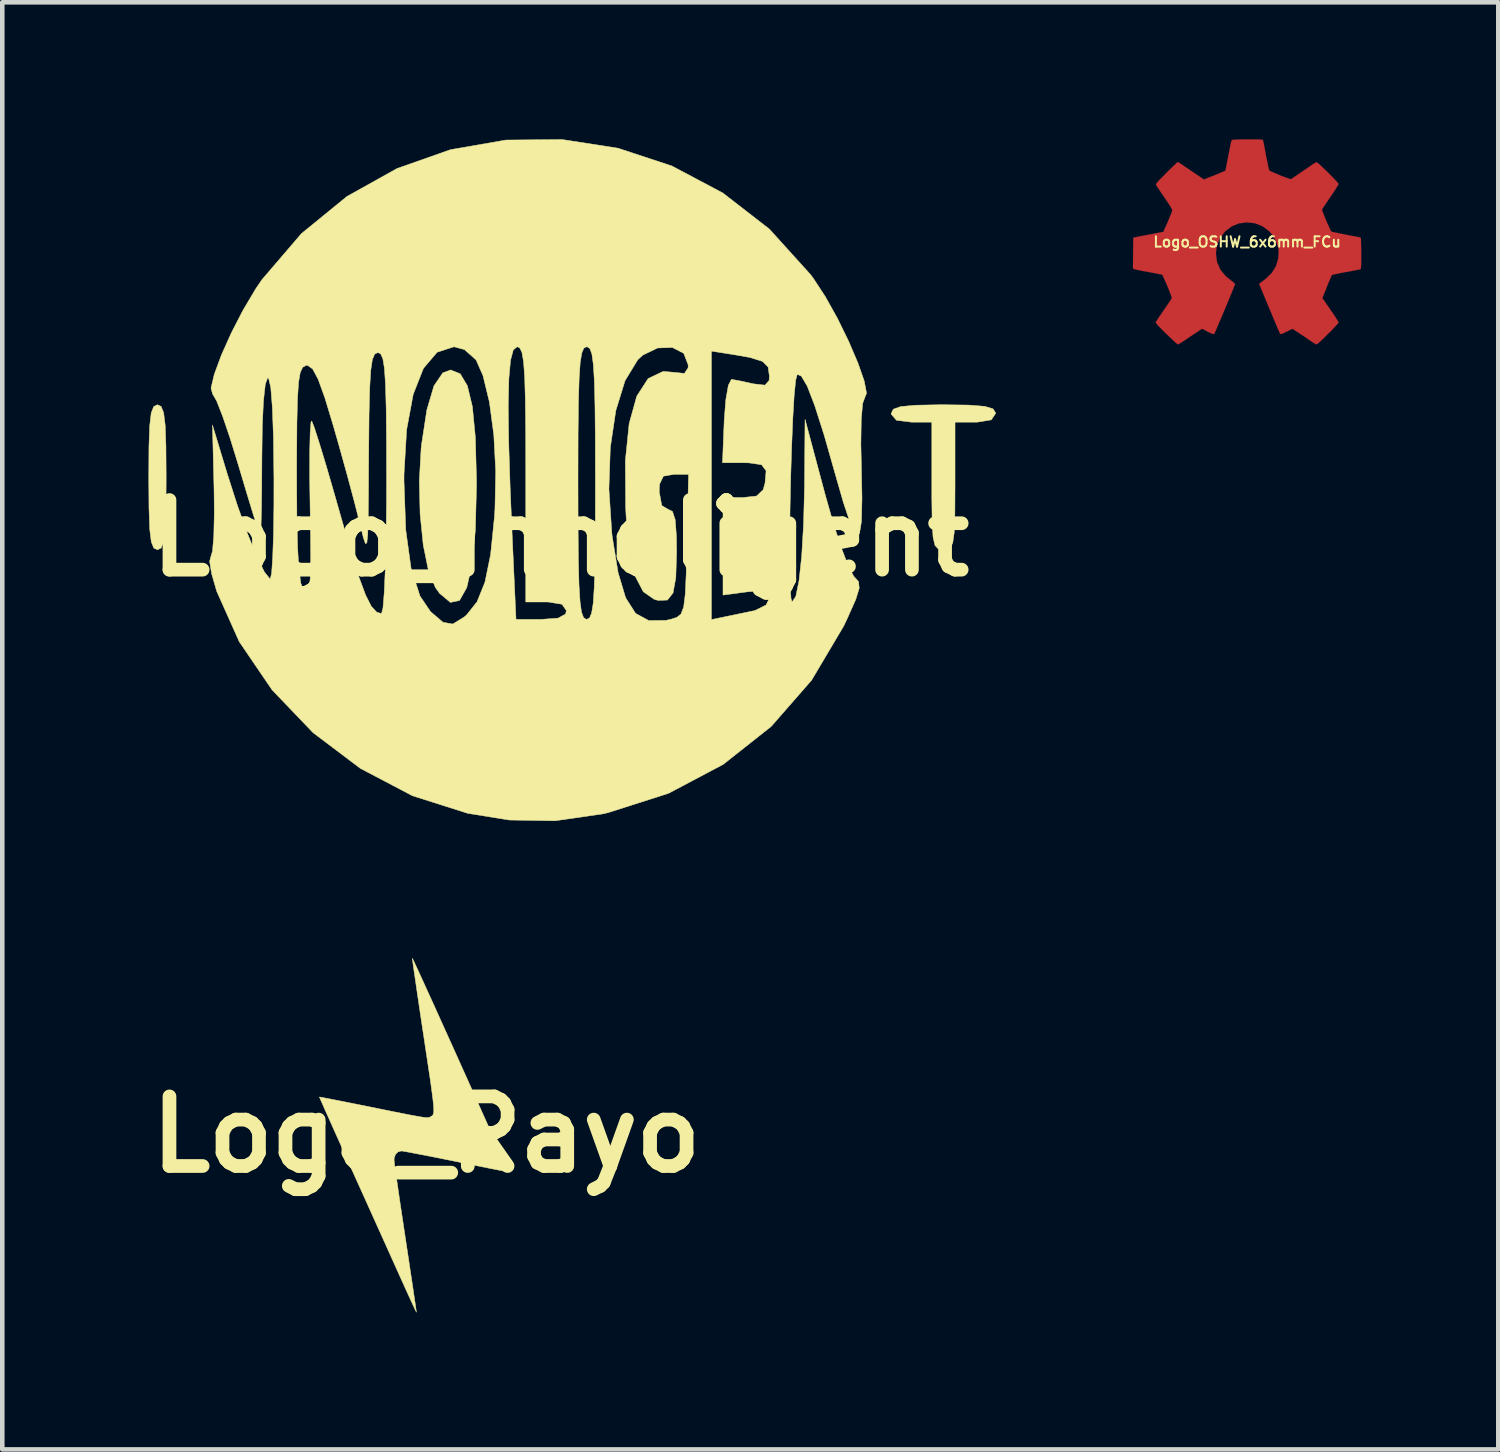
<source format=kicad_pcb>
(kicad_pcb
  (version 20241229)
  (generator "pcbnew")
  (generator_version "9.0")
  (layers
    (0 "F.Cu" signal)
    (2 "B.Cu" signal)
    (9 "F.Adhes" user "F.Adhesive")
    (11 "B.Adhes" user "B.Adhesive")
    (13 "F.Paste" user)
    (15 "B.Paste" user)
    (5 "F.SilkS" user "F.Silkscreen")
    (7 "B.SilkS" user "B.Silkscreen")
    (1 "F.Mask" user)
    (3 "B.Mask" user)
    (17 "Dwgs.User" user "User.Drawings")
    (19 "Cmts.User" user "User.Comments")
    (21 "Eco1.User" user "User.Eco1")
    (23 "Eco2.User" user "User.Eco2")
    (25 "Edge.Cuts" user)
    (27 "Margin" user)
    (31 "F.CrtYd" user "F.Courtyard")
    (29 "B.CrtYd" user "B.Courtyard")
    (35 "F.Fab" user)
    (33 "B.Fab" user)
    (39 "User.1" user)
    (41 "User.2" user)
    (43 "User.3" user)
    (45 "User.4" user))
  (footprint "Logo_Innoligent"
    (layer "F.Cu")
    (at 9.224 8.733)
    (property "Reference" "Logo_Innoligent" (at 0 0 0) (layer "F.SilkS") (effects (font (size 1.524 1.524) (thickness 0.3))))
    (attr through_hole)
    (fp_poly (pts (xy -2.198 -3.6) (xy -2.041 -3.337) (xy -1.931 -2.879) (xy -1.866 -2.207) (xy -1.842 -1.304) (xy -1.841 -1.143) (xy -1.866 -0.177) (xy -1.937 0.567) (xy -2.054 1.082) (xy -2.213 1.364) (xy -2.413 1.407) (xy -2.652 1.206) (xy -2.742 1.079) (xy -2.894 0.707) (xy -3.007 0.15) (xy -3.076 -0.528) (xy -3.093 -1.258) (xy -3.053 -1.976) (xy -3.046 -2.039) (xy -2.928 -2.809) (xy -2.773 -3.334) (xy -2.579 -3.62) (xy -2.408 -3.683) (xy -2.198 -3.6)) (stroke (width 0.01) (type solid)) (fill yes) (layer "F.SilkS"))
    (fp_poly (pts (xy -8.746 -2.884) (xy -8.691 -2.746) (xy -8.657 -2.469) (xy -8.641 -2.016) (xy -8.636 -1.348) (xy -8.636 -1.333) (xy -8.64 -0.661) (xy -8.657 -0.204) (xy -8.69 0.075) (xy -8.745 0.215) (xy -8.825 0.254) (xy -8.826 0.254) (xy -8.907 0.217) (xy -8.962 0.079) (xy -8.996 -0.198) (xy -9.012 -0.651) (xy -9.017 -1.319) (xy -9.017 -1.333) (xy -9.013 -2.006) (xy -8.996 -2.463) (xy -8.963 -2.742) (xy -8.908 -2.882) (xy -8.828 -2.921) (xy -8.826 -2.921) (xy -8.746 -2.884)) (stroke (width 0.01) (type solid)) (fill yes) (layer "F.SilkS"))
    (fp_poly (pts (xy 8.94 -2.914) (xy 9.287 -2.886) (xy 9.467 -2.832) (xy 9.524 -2.744) (xy 9.525 -2.731) (xy 9.429 -2.59) (xy 9.121 -2.54) (xy 9.081 -2.54) (xy 8.636 -2.54) (xy 8.636 -1.143) (xy 8.633 -0.532) (xy 8.619 -0.13) (xy 8.586 0.105) (xy 8.525 0.218) (xy 8.43 0.252) (xy 8.382 0.254) (xy 8.271 0.238) (xy 8.198 0.16) (xy 8.155 -0.022) (xy 8.135 -0.354) (xy 8.128 -0.88) (xy 8.128 -1.143) (xy 8.128 -2.54) (xy 7.684 -2.54) (xy 7.355 -2.581) (xy 7.24 -2.713) (xy 7.239 -2.731) (xy 7.284 -2.823) (xy 7.446 -2.881) (xy 7.77 -2.911) (xy 8.299 -2.921) (xy 8.382 -2.921) (xy 8.94 -2.914)) (stroke (width 0.01) (type solid)) (fill yes) (layer "F.SilkS"))
    (fp_poly (pts (xy 1.255 -8.539) (xy 2.437 -8.149) (xy 3.552 -7.558) (xy 4.572 -6.767) (xy 5.47 -5.774) (xy 5.533 -5.69) (xy 5.796 -5.289) (xy 6.062 -4.812) (xy 6.307 -4.311) (xy 6.51 -3.836) (xy 6.648 -3.441) (xy 6.699 -3.174) (xy 6.665 -3.09) (xy 6.613 -2.949) (xy 6.583 -2.592) (xy 6.575 -2.055) (xy 6.584 -1.645) (xy 6.599 -0.879) (xy 6.587 -0.364) (xy 6.544 -0.099) (xy 6.466 -0.081) (xy 6.35 -0.309) (xy 6.192 -0.781) (xy 6.02 -1.38) (xy 5.77 -2.258) (xy 5.565 -2.901) (xy 5.401 -3.327) (xy 5.271 -3.548) (xy 5.181 -3.588) (xy 5.147 -3.457) (xy 5.114 -3.122) (xy 5.085 -2.629) (xy 5.06 -2.024) (xy 5.039 -1.356) (xy 5.024 -0.669) (xy 5.016 -0.012) (xy 5.017 0.57) (xy 5.026 1.029) (xy 5.045 1.318) (xy 5.069 1.397) (xy 5.15 1.275) (xy 5.221 0.93) (xy 5.279 0.392) (xy 5.32 -0.309) (xy 5.341 -1.141) (xy 5.342 -1.27) (xy 5.352 -2.603) (xy 5.793 -0.953) (xy 5.972 -0.323) (xy 6.149 0.218) (xy 6.304 0.622) (xy 6.42 0.837) (xy 6.435 0.852) (xy 6.525 0.951) (xy 6.538 1.097) (xy 6.463 1.341) (xy 6.286 1.739) (xy 6.195 1.931) (xy 5.495 3.111) (xy 4.611 4.123) (xy 3.561 4.953) (xy 2.364 5.587) (xy 1.037 6.011) (xy 0.923 6.037) (xy -0.124 6.188) (xy -1.125 6.171) (xy -2.032 6.025) (xy -3.242 5.641) (xy -4.384 5.041) (xy -5.421 4.258) (xy -6.317 3.322) (xy -7.036 2.266) (xy -7.529 1.163) (xy -7.64 0.78) (xy -7.684 0.508) (xy -7.661 0.416) (xy -7.621 0.282) (xy -7.593 -0.053) (xy -7.582 -0.537) (xy -7.587 -1.048) (xy -7.622 -2.477) (xy -7.299 -1.41) (xy -7.078 -0.721) (xy -6.857 -0.105) (xy -6.654 0.395) (xy -6.485 0.74) (xy -6.368 0.886) (xy -6.356 0.889) (xy -6.327 0.769) (xy -6.304 0.435) (xy -6.286 -0.071) (xy -6.277 -0.709) (xy -6.276 -1.333) (xy -6.277 -1.369) (xy -5.779 -1.369) (xy -5.774 -0.47) (xy -5.758 0.203) (xy -5.731 0.678) (xy -5.688 0.983) (xy -5.63 1.146) (xy -5.611 1.168) (xy -5.548 1.193) (xy -5.505 1.101) (xy -5.48 0.863) (xy -5.471 0.449) (xy -5.476 -0.17) (xy -5.484 -0.661) (xy -5.494 -1.331) (xy -5.493 -1.895) (xy -5.483 -2.31) (xy -5.465 -2.537) (xy -5.449 -2.566) (xy -5.391 -2.418) (xy -5.279 -2.07) (xy -5.126 -1.566) (xy -4.947 -0.949) (xy -4.842 -0.58) (xy -4.609 0.234) (xy -4.423 0.831) (xy -4.271 1.241) (xy -4.143 1.495) (xy -4.025 1.621) (xy -3.921 1.651) (xy -3.889 1.53) (xy -3.861 1.191) (xy -3.838 0.669) (xy -3.821 0.001) (xy -3.811 -0.777) (xy -3.81 -1.206) (xy -3.81 -1.256) (xy -3.429 -1.256) (xy -3.39 -0.18) (xy -3.274 0.66) (xy -3.078 1.268) (xy -2.848 1.608) (xy -2.574 1.842) (xy -2.36 1.88) (xy -2.116 1.73) (xy -2.06 1.683) (xy -1.829 1.393) (xy -1.656 0.963) (xy -1.532 0.358) (xy -1.449 -0.458) (xy -1.437 -0.641) (xy -1.42 -1.459) (xy -1.462 -2.259) (xy -1.55 -2.917) (xy -1.146 -2.917) (xy -1.137 -2.129) (xy -1.105 -1.121) (xy -1.059 -0.032) (xy -0.976 1.778) (xy -0.425 1.778) (xy -0.055 1.751) (xy 0.109 1.661) (xy 0.127 1.587) (xy 0.031 1.447) (xy -0.277 1.397) (xy -0.318 1.397) (xy -0.762 1.397) (xy -0.762 -1.206) (xy 0.381 -1.206) (xy 0.383 -0.248) (xy 0.39 0.485) (xy 0.403 1.022) (xy 0.426 1.39) (xy 0.458 1.62) (xy 0.503 1.74) (xy 0.563 1.778) (xy 0.572 1.778) (xy 0.633 1.749) (xy 0.679 1.641) (xy 0.714 1.428) (xy 0.737 1.078) (xy 0.752 0.565) (xy 0.76 -0.141) (xy 0.762 -1.068) (xy 0.762 -1.076) (xy 1.058 -1.076) (xy 1.122 -0.109) (xy 1.132 -0.027) (xy 1.259 0.754) (xy 1.424 1.304) (xy 1.642 1.647) (xy 1.931 1.804) (xy 2.305 1.8) (xy 2.382 1.783) (xy 3.302 1.783) (xy 3.619 1.717) (xy 4.013 1.635) (xy 4.255 1.585) (xy 4.499 1.463) (xy 4.572 1.314) (xy 4.524 1.187) (xy 4.338 1.152) (xy 4.064 1.178) (xy 3.556 1.246) (xy 3.556 -0.889) (xy 3.986 -0.889) (xy 4.292 -0.923) (xy 4.435 -1.06) (xy 4.476 -1.204) (xy 4.5 -1.476) (xy 4.4 -1.608) (xy 4.121 -1.649) (xy 3.974 -1.651) (xy 3.545 -1.651) (xy 3.582 -2.572) (xy 3.617 -3.027) (xy 3.673 -3.347) (xy 3.74 -3.477) (xy 3.747 -3.477) (xy 3.956 -3.438) (xy 4.223 -3.379) (xy 4.475 -3.35) (xy 4.565 -3.452) (xy 4.572 -3.546) (xy 4.544 -3.746) (xy 4.422 -3.87) (xy 4.147 -3.956) (xy 3.83 -4.012) (xy 3.302 -4.096) (xy 3.302 1.783) (xy 2.382 1.783) (xy 2.413 1.776) (xy 2.546 1.734) (xy 2.637 1.659) (xy 2.695 1.506) (xy 2.729 1.231) (xy 2.75 0.789) (xy 2.766 0.15) (xy 2.802 -1.397) (xy 2.48 -1.397) (xy 2.251 -1.357) (xy 2.167 -1.184) (xy 2.159 -1.016) (xy 2.216 -0.714) (xy 2.349 -0.635) (xy 2.45 -0.585) (xy 2.509 -0.404) (xy 2.536 -0.045) (xy 2.54 0.31) (xy 2.523 0.864) (xy 2.462 1.2) (xy 2.339 1.355) (xy 2.137 1.363) (xy 2.05 1.339) (xy 1.81 1.172) (xy 1.632 0.829) (xy 1.509 0.287) (xy 1.435 -0.477) (xy 1.424 -0.687) (xy 1.418 -1.697) (xy 1.501 -2.508) (xy 1.668 -3.11) (xy 1.917 -3.494) (xy 2.244 -3.651) (xy 2.471 -3.632) (xy 2.711 -3.607) (xy 2.791 -3.727) (xy 2.794 -3.794) (xy 2.695 -4.049) (xy 2.447 -4.175) (xy 2.124 -4.164) (xy 1.801 -4.008) (xy 1.689 -3.905) (xy 1.411 -3.448) (xy 1.209 -2.792) (xy 1.089 -1.986) (xy 1.058 -1.076) (xy 0.762 -1.076) (xy 0.762 -1.206) (xy 0.76 -2.165) (xy 0.753 -2.898) (xy 0.74 -3.435) (xy 0.717 -3.803) (xy 0.685 -4.033) (xy 0.64 -4.153) (xy 0.58 -4.191) (xy 0.572 -4.191) (xy 0.51 -4.162) (xy 0.464 -4.054) (xy 0.429 -3.841) (xy 0.406 -3.491) (xy 0.391 -2.978) (xy 0.383 -2.272) (xy 0.381 -1.345) (xy 0.381 -1.206) (xy -0.762 -1.206) (xy -0.762 -1.397) (xy -0.764 -2.321) (xy -0.772 -3.021) (xy -0.786 -3.525) (xy -0.811 -3.865) (xy -0.847 -4.07) (xy -0.896 -4.168) (xy -0.953 -4.191) (xy -1.036 -4.12) (xy -1.096 -3.895) (xy -1.132 -3.499) (xy -1.146 -2.917) (xy -1.55 -2.917) (xy -1.558 -2.979) (xy -1.699 -3.559) (xy -1.852 -3.905) (xy -2.104 -4.128) (xy -2.333 -4.191) (xy -2.703 -4.071) (xy -3.003 -3.718) (xy -3.227 -3.148) (xy -3.371 -2.373) (xy -3.428 -1.408) (xy -3.429 -1.256) (xy -3.81 -1.256) (xy -3.812 -2.142) (xy -3.819 -2.853) (xy -3.834 -3.369) (xy -3.857 -3.718) (xy -3.892 -3.931) (xy -3.94 -4.036) (xy -4 -4.064) (xy -4.07 -4.031) (xy -4.121 -3.911) (xy -4.157 -3.67) (xy -4.18 -3.277) (xy -4.194 -2.698) (xy -4.201 -1.902) (xy -4.202 -1.81) (xy -4.206 -1.008) (xy -4.212 -0.436) (xy -4.223 -0.073) (xy -4.242 0.104) (xy -4.272 0.12) (xy -4.316 -0.004) (xy -4.376 -0.244) (xy -4.394 -0.318) (xy -4.508 -0.768) (xy -4.669 -1.37) (xy -4.853 -2.032) (xy -4.973 -2.451) (xy -5.161 -3.072) (xy -5.308 -3.479) (xy -5.429 -3.705) (xy -5.538 -3.783) (xy -5.574 -3.782) (xy -5.647 -3.741) (xy -5.7 -3.629) (xy -5.737 -3.413) (xy -5.76 -3.059) (xy -5.773 -2.534) (xy -5.778 -1.804) (xy -5.779 -1.369) (xy -6.277 -1.369) (xy -6.287 -2.204) (xy -6.311 -2.864) (xy -6.346 -3.301) (xy -6.393 -3.501) (xy -6.413 -3.513) (xy -6.465 -3.372) (xy -6.505 -3.01) (xy -6.531 -2.459) (xy -6.54 -1.751) (xy -6.54 -1.745) (xy -6.543 -1.12) (xy -6.55 -0.602) (xy -6.56 -0.234) (xy -6.572 -0.063) (xy -6.576 -0.056) (xy -6.623 -0.185) (xy -6.726 -0.509) (xy -6.87 -0.981) (xy -7.041 -1.554) (xy -7.055 -1.602) (xy -7.234 -2.182) (xy -7.398 -2.666) (xy -7.531 -3.005) (xy -7.615 -3.151) (xy -7.618 -3.152) (xy -7.654 -3.286) (xy -7.582 -3.588) (xy -7.427 -4.008) (xy -7.209 -4.495) (xy -6.95 -4.997) (xy -6.672 -5.464) (xy -6.542 -5.656) (xy -5.674 -6.669) (xy -4.678 -7.482) (xy -3.581 -8.094) (xy -2.411 -8.506) (xy -1.197 -8.717) (xy 0.035 -8.728) (xy 1.255 -8.539)) (stroke (width 0.01) (type solid)) (fill yes) (layer "F.SilkS")))
  (footprint "Logo_Rayo"
    (layer "F.Cu")
    (at 6.285 21.79)
    (property "Reference" "Logo_Rayo" (at 0 0 0) (layer "F.SilkS") (effects (font (size 1.524 1.524) (thickness 0.3))))
    (attr through_hole)
    (fp_poly (pts (xy -0.298 -3.842) (xy -0.272 -3.789) (xy -0.232 -3.702) (xy -0.177 -3.584) (xy -0.109 -3.436) (xy -0.03 -3.262) (xy 0.061 -3.062) (xy 0.162 -2.841) (xy 0.271 -2.599) (xy 0.388 -2.34) (xy 0.512 -2.066) (xy 0.642 -1.778) (xy 0.753 -1.53) (xy 0.887 -1.233) (xy 1.015 -0.947) (xy 1.138 -0.674) (xy 1.253 -0.416) (xy 1.361 -0.176) (xy 1.459 0.044) (xy 1.547 0.241) (xy 1.624 0.413) (xy 1.688 0.558) (xy 1.739 0.674) (xy 1.776 0.757) (xy 1.798 0.807) (xy 1.803 0.82) (xy 1.782 0.817) (xy 1.724 0.806) (xy 1.633 0.789) (xy 1.512 0.765) (xy 1.364 0.736) (xy 1.195 0.702) (xy 1.006 0.664) (xy 0.802 0.622) (xy 0.655 0.592) (xy 0.441 0.549) (xy 0.238 0.508) (xy 0.05 0.471) (xy -0.12 0.438) (xy -0.266 0.41) (xy -0.386 0.387) (xy -0.476 0.371) (xy -0.531 0.362) (xy -0.547 0.36) (xy -0.618 0.379) (xy -0.673 0.431) (xy -0.703 0.508) (xy -0.707 0.555) (xy -0.704 0.59) (xy -0.695 0.663) (xy -0.68 0.772) (xy -0.66 0.912) (xy -0.636 1.08) (xy -0.608 1.273) (xy -0.577 1.487) (xy -0.542 1.719) (xy -0.505 1.965) (xy -0.466 2.223) (xy -0.46 2.265) (xy -0.421 2.521) (xy -0.384 2.765) (xy -0.35 2.994) (xy -0.318 3.203) (xy -0.29 3.391) (xy -0.266 3.554) (xy -0.246 3.688) (xy -0.231 3.79) (xy -0.222 3.858) (xy -0.218 3.888) (xy -0.218 3.89) (xy -0.227 3.872) (xy -0.252 3.821) (xy -0.29 3.739) (xy -0.34 3.631) (xy -0.4 3.501) (xy -0.467 3.353) (xy -0.54 3.191) (xy -0.554 3.161) (xy -0.78 2.659) (xy -0.989 2.195) (xy -1.182 1.767) (xy -1.358 1.376) (xy -1.519 1.02) (xy -1.664 0.698) (xy -1.793 0.409) (xy -1.908 0.153) (xy -2.009 -0.071) (xy -2.095 -0.264) (xy -2.168 -0.427) (xy -2.228 -0.561) (xy -2.274 -0.666) (xy -2.308 -0.743) (xy -2.33 -0.794) (xy -2.34 -0.819) (xy -2.341 -0.822) (xy -2.32 -0.819) (xy -2.262 -0.808) (xy -2.171 -0.791) (xy -2.049 -0.767) (xy -1.901 -0.738) (xy -1.731 -0.704) (xy -1.541 -0.666) (xy -1.336 -0.625) (xy -1.157 -0.589) (xy -0.907 -0.538) (xy -0.695 -0.495) (xy -0.517 -0.46) (xy -0.371 -0.431) (xy -0.252 -0.409) (xy -0.157 -0.392) (xy -0.084 -0.38) (xy -0.03 -0.373) (xy 0.01 -0.37) (xy 0.039 -0.37) (xy 0.059 -0.374) (xy 0.074 -0.379) (xy 0.078 -0.382) (xy 0.1 -0.394) (xy 0.119 -0.405) (xy 0.134 -0.418) (xy 0.147 -0.437) (xy 0.155 -0.463) (xy 0.161 -0.499) (xy 0.162 -0.549) (xy 0.159 -0.615) (xy 0.151 -0.699) (xy 0.139 -0.805) (xy 0.122 -0.934) (xy 0.101 -1.091) (xy 0.074 -1.278) (xy 0.041 -1.496) (xy 0.003 -1.75) (xy -0.041 -2.042) (xy -0.062 -2.183) (xy -0.102 -2.443) (xy -0.139 -2.69) (xy -0.173 -2.923) (xy -0.205 -3.137) (xy -0.233 -3.329) (xy -0.257 -3.497) (xy -0.278 -3.636) (xy -0.293 -3.745) (xy -0.303 -3.819) (xy -0.307 -3.855) (xy -0.307 -3.858) (xy -0.298 -3.842)) (stroke (width 0.01) (type solid)) (fill yes) (layer "F.SilkS")))
  (footprint "Logo_OSHW_6x6mm_FCu"
    (layer "F.Cu")
    (at 24.255 2.247)
    (property "Reference" "Logo_OSHW_6x6mm_FCu" (at 0 0 0) (layer "F.SilkS") (effects (font (size 0.226 0.226) (thickness 0.043))))
    (attr through_hole)
    (fp_poly (pts (xy -1.514 2.245) (xy -1.488 2.23) (xy -1.43 2.195) (xy -1.346 2.139) (xy -1.247 2.073) (xy -1.148 2.007) (xy -1.067 1.953) (xy -1.011 1.915) (xy -0.986 1.902) (xy -0.973 1.908) (xy -0.927 1.93) (xy -0.859 1.966) (xy -0.818 1.986) (xy -0.757 2.012) (xy -0.724 2.019) (xy -0.719 2.009) (xy -0.696 1.961) (xy -0.66 1.88) (xy -0.615 1.77) (xy -0.559 1.643) (xy -0.503 1.509) (xy -0.445 1.369) (xy -0.389 1.234) (xy -0.34 1.115) (xy -0.3 1.019) (xy -0.274 0.95) (xy -0.264 0.922) (xy -0.267 0.914) (xy -0.3 0.884) (xy -0.353 0.843) (xy -0.472 0.747) (xy -0.589 0.602) (xy -0.66 0.437) (xy -0.683 0.251) (xy -0.663 0.081) (xy -0.597 -0.081) (xy -0.483 -0.229) (xy -0.343 -0.338) (xy -0.18 -0.406) (xy 0 -0.429) (xy 0.173 -0.409) (xy 0.34 -0.343) (xy 0.488 -0.231) (xy 0.551 -0.16) (xy 0.638 -0.01) (xy 0.686 0.147) (xy 0.691 0.188) (xy 0.683 0.363) (xy 0.632 0.533) (xy 0.538 0.683) (xy 0.409 0.808) (xy 0.394 0.818) (xy 0.335 0.864) (xy 0.295 0.894) (xy 0.264 0.919) (xy 0.488 1.458) (xy 0.523 1.542) (xy 0.584 1.689) (xy 0.638 1.816) (xy 0.681 1.918) (xy 0.711 1.984) (xy 0.724 2.012) (xy 0.724 2.014) (xy 0.744 2.017) (xy 0.785 2.002) (xy 0.861 1.966) (xy 0.909 1.941) (xy 0.968 1.913) (xy 0.993 1.902) (xy 1.016 1.915) (xy 1.069 1.951) (xy 1.151 2.004) (xy 1.247 2.068) (xy 1.339 2.131) (xy 1.422 2.187) (xy 1.483 2.225) (xy 1.514 2.243) (xy 1.519 2.243) (xy 1.544 2.228) (xy 1.593 2.187) (xy 1.666 2.118) (xy 1.77 2.014) (xy 1.786 1.999) (xy 1.872 1.913) (xy 1.941 1.839) (xy 1.986 1.788) (xy 2.004 1.765) (xy 1.989 1.735) (xy 1.951 1.674) (xy 1.895 1.587) (xy 1.826 1.488) (xy 1.648 1.229) (xy 1.745 0.986) (xy 1.775 0.909) (xy 1.814 0.82) (xy 1.841 0.754) (xy 1.857 0.726) (xy 1.882 0.716) (xy 1.951 0.701) (xy 2.047 0.681) (xy 2.162 0.66) (xy 2.273 0.64) (xy 2.372 0.62) (xy 2.443 0.607) (xy 2.477 0.599) (xy 2.484 0.594) (xy 2.492 0.579) (xy 2.494 0.546) (xy 2.497 0.485) (xy 2.499 0.391) (xy 2.499 0.251) (xy 2.499 0.236) (xy 2.497 0.107) (xy 2.494 0) (xy 2.492 -0.066) (xy 2.487 -0.094) (xy 2.456 -0.102) (xy 2.385 -0.117) (xy 2.286 -0.135) (xy 2.167 -0.157) (xy 2.159 -0.16) (xy 2.042 -0.183) (xy 1.943 -0.203) (xy 1.872 -0.218) (xy 1.844 -0.229) (xy 1.836 -0.236) (xy 1.814 -0.282) (xy 1.781 -0.356) (xy 1.74 -0.445) (xy 1.702 -0.538) (xy 1.669 -0.622) (xy 1.646 -0.683) (xy 1.638 -0.711) (xy 1.641 -0.714) (xy 1.659 -0.742) (xy 1.699 -0.803) (xy 1.755 -0.886) (xy 1.824 -0.988) (xy 1.829 -0.996) (xy 1.897 -1.095) (xy 1.953 -1.181) (xy 1.989 -1.24) (xy 2.004 -1.267) (xy 2.004 -1.27) (xy 1.981 -1.3) (xy 1.93 -1.356) (xy 1.857 -1.433) (xy 1.77 -1.521) (xy 1.742 -1.547) (xy 1.643 -1.643) (xy 1.577 -1.704) (xy 1.534 -1.737) (xy 1.514 -1.745) (xy 1.483 -1.727) (xy 1.42 -1.687) (xy 1.336 -1.628) (xy 1.234 -1.56) (xy 1.227 -1.554) (xy 1.128 -1.486) (xy 1.044 -1.43) (xy 0.986 -1.389) (xy 0.958 -1.374) (xy 0.955 -1.374) (xy 0.914 -1.387) (xy 0.843 -1.412) (xy 0.754 -1.445) (xy 0.663 -1.483) (xy 0.579 -1.519) (xy 0.516 -1.547) (xy 0.485 -1.565) (xy 0.475 -1.6) (xy 0.457 -1.676) (xy 0.437 -1.778) (xy 0.411 -1.9) (xy 0.409 -1.92) (xy 0.386 -2.04) (xy 0.368 -2.139) (xy 0.353 -2.207) (xy 0.345 -2.235) (xy 0.33 -2.238) (xy 0.272 -2.243) (xy 0.183 -2.245) (xy 0.074 -2.245) (xy -0.038 -2.245) (xy -0.147 -2.243) (xy -0.241 -2.24) (xy -0.31 -2.235) (xy -0.338 -2.23) (xy -0.338 -2.228) (xy -0.348 -2.189) (xy -0.366 -2.116) (xy -0.386 -2.012) (xy -0.409 -1.89) (xy -0.414 -1.867) (xy -0.437 -1.75) (xy -0.457 -1.651) (xy -0.47 -1.585) (xy -0.478 -1.557) (xy -0.49 -1.552) (xy -0.538 -1.532) (xy -0.617 -1.499) (xy -0.716 -1.458) (xy -0.945 -1.367) (xy -1.227 -1.557) (xy -1.252 -1.575) (xy -1.354 -1.643) (xy -1.435 -1.699) (xy -1.494 -1.737) (xy -1.516 -1.75) (xy -1.519 -1.75) (xy -1.547 -1.725) (xy -1.603 -1.671) (xy -1.679 -1.598) (xy -1.768 -1.511) (xy -1.831 -1.445) (xy -1.91 -1.367) (xy -1.958 -1.313) (xy -1.986 -1.28) (xy -1.994 -1.26) (xy -1.991 -1.245) (xy -1.974 -1.217) (xy -1.933 -1.156) (xy -1.875 -1.069) (xy -1.806 -0.97) (xy -1.75 -0.886) (xy -1.689 -0.792) (xy -1.651 -0.726) (xy -1.636 -0.693) (xy -1.641 -0.681) (xy -1.659 -0.625) (xy -1.694 -0.541) (xy -1.735 -0.442) (xy -1.834 -0.221) (xy -1.979 -0.193) (xy -2.068 -0.175) (xy -2.189 -0.152) (xy -2.309 -0.13) (xy -2.492 -0.094) (xy -2.499 0.582) (xy -2.471 0.594) (xy -2.443 0.602) (xy -2.375 0.617) (xy -2.278 0.638) (xy -2.162 0.658) (xy -2.065 0.676) (xy -1.966 0.696) (xy -1.895 0.709) (xy -1.864 0.716) (xy -1.854 0.726) (xy -1.831 0.775) (xy -1.796 0.851) (xy -1.755 0.942) (xy -1.717 1.036) (xy -1.681 1.125) (xy -1.659 1.191) (xy -1.648 1.224) (xy -1.661 1.252) (xy -1.699 1.311) (xy -1.753 1.392) (xy -1.821 1.491) (xy -1.887 1.587) (xy -1.946 1.671) (xy -1.984 1.732) (xy -2.002 1.76) (xy -1.991 1.778) (xy -1.953 1.826) (xy -1.88 1.902) (xy -1.768 2.012) (xy -1.75 2.029) (xy -1.664 2.113) (xy -1.59 2.182) (xy -1.537 2.228) (xy -1.514 2.245)) (stroke (width 0.003) (type solid)) (fill yes) (layer "F.Cu")))
  (gr_rect
    (start -3 -3)
    (end 29.755 28.684)
    (stroke (width 0.1) (type default))
    (fill no)
    (layer "Edge.Cuts")))
</source>
